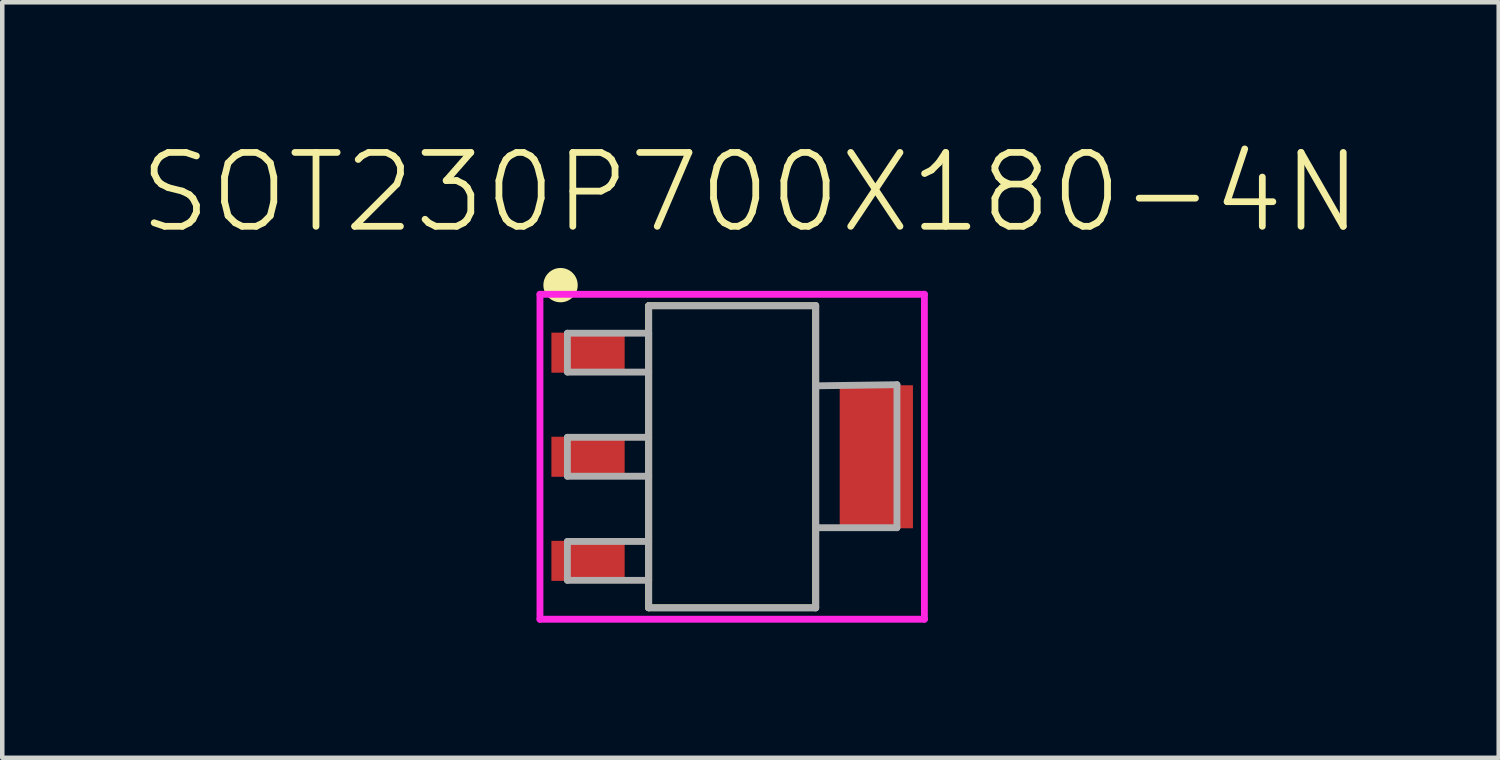
<source format=kicad_pcb>
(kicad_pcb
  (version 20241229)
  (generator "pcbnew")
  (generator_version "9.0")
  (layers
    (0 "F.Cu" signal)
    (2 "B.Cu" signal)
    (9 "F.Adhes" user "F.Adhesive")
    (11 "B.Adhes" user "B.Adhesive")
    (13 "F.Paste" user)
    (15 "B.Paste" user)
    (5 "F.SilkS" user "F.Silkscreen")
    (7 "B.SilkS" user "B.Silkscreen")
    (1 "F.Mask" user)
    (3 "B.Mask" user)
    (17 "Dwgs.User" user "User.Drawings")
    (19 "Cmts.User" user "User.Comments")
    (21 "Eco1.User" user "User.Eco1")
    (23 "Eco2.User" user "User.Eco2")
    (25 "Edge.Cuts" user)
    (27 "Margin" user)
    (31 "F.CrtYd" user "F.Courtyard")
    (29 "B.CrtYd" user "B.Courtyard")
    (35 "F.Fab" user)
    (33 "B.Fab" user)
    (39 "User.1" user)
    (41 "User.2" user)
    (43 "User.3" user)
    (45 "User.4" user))
  (footprint "SOT230P700X180-4N"
    (layer "F.Cu")
    (at 13.204 7.09)
    (property "Reference" "SOT230P700X180-4N" (at 0.406 -5.867 0) (layer "F.SilkS") (effects (font (size 1.64 1.64) (thickness 0.15))))
    (attr smd)
    (fp_line (start -1.854 -3.353) (end -1.854 3.353) (stroke (width 0.152) (type solid)) (layer "F.SilkS"))
    (fp_line (start -1.854 3.353) (end 1.854 3.353) (stroke (width 0.152) (type solid)) (layer "F.SilkS"))
    (fp_line (start 1.854 -3.353) (end -1.854 -3.353) (stroke (width 0.152) (type solid)) (layer "F.SilkS"))
    (fp_line (start 1.854 3.353) (end 1.854 -3.353) (stroke (width 0.152) (type solid)) (layer "F.SilkS"))
    (fp_circle (center -3.81 -3.81) (end -3.429 -3.81) (stroke (width 0) (type solid)) (fill yes) (layer "F.SilkS"))
    (fp_line (start -4.267 -3.607) (end 4.267 -3.607) (stroke (width 0.152) (type solid)) (layer "F.CrtYd"))
    (fp_line (start -4.267 3.607) (end -4.267 -3.607) (stroke (width 0.152) (type solid)) (layer "F.CrtYd"))
    (fp_line (start 4.267 -3.607) (end 4.267 3.607) (stroke (width 0.152) (type solid)) (layer "F.CrtYd"))
    (fp_line (start 4.267 3.607) (end -4.267 3.607) (stroke (width 0.152) (type solid)) (layer "F.CrtYd"))
    (fp_line (start -3.658 -2.743) (end -3.658 -1.88) (stroke (width 0.152) (type solid)) (layer "F.Fab"))
    (fp_line (start -3.658 -1.88) (end -1.854 -1.88) (stroke (width 0.152) (type solid)) (layer "F.Fab"))
    (fp_line (start -3.658 -0.432) (end -3.658 0.432) (stroke (width 0.152) (type solid)) (layer "F.Fab"))
    (fp_line (start -3.658 0.432) (end -1.854 0.432) (stroke (width 0.152) (type solid)) (layer "F.Fab"))
    (fp_line (start -3.658 1.88) (end -3.658 2.743) (stroke (width 0.152) (type solid)) (layer "F.Fab"))
    (fp_line (start -3.658 2.743) (end -1.854 2.743) (stroke (width 0.152) (type solid)) (layer "F.Fab"))
    (fp_line (start -1.854 -3.353) (end -1.854 -2.743) (stroke (width 0.152) (type solid)) (layer "F.Fab"))
    (fp_line (start -1.854 -2.743) (end -3.658 -2.743) (stroke (width 0.152) (type solid)) (layer "F.Fab"))
    (fp_line (start -1.854 -2.743) (end -1.854 2.743) (stroke (width 0.152) (type solid)) (layer "F.Fab"))
    (fp_line (start -1.854 -1.88) (end -1.854 -2.743) (stroke (width 0.152) (type solid)) (layer "F.Fab"))
    (fp_line (start -1.854 -1.88) (end -1.854 -0.432) (stroke (width 0.152) (type solid)) (layer "F.Fab"))
    (fp_line (start -1.854 -0.432) (end -3.658 -0.432) (stroke (width 0.152) (type solid)) (layer "F.Fab"))
    (fp_line (start -1.854 0.432) (end -1.854 -0.432) (stroke (width 0.152) (type solid)) (layer "F.Fab"))
    (fp_line (start -1.854 0.432) (end -1.854 1.88) (stroke (width 0.152) (type solid)) (layer "F.Fab"))
    (fp_line (start -1.854 1.88) (end -3.658 1.88) (stroke (width 0.152) (type solid)) (layer "F.Fab"))
    (fp_line (start -1.854 2.743) (end -1.854 1.88) (stroke (width 0.152) (type solid)) (layer "F.Fab"))
    (fp_line (start -1.854 2.743) (end -1.854 3.353) (stroke (width 0.152) (type solid)) (layer "F.Fab"))
    (fp_line (start -1.854 3.353) (end 1.854 3.353) (stroke (width 0.152) (type solid)) (layer "F.Fab"))
    (fp_line (start 1.854 -3.353) (end -1.854 -3.353) (stroke (width 0.152) (type solid)) (layer "F.Fab"))
    (fp_line (start 1.854 -1.575) (end 1.854 -3.353) (stroke (width 0.152) (type solid)) (layer "F.Fab"))
    (fp_line (start 1.854 1.575) (end 1.854 -1.575) (stroke (width 0.152) (type solid)) (layer "F.Fab"))
    (fp_line (start 1.854 1.575) (end 3.658 1.575) (stroke (width 0.152) (type solid)) (layer "F.Fab"))
    (fp_line (start 1.854 3.353) (end 1.854 1.575) (stroke (width 0.152) (type solid)) (layer "F.Fab"))
    (fp_line (start 3.658 -1.6) (end 1.854 -1.575) (stroke (width 0.152) (type solid)) (layer "F.Fab"))
    (fp_line (start 3.658 1.575) (end 3.658 -1.6) (stroke (width 0.152) (type solid)) (layer "F.Fab"))
    (pad "1" smd rect (at -3.2 -2.311) (size 1.626 0.889) (layers "F.Cu" "F.Mask" "F.Paste"))
    (pad "2" smd rect (at -3.2 0) (size 1.626 0.889) (layers "F.Cu" "F.Mask" "F.Paste"))
    (pad "3" smd rect (at -3.2 2.311) (size 1.626 0.889) (layers "F.Cu" "F.Mask" "F.Paste"))
    (pad "4" smd rect (at 3.2 0) (size 1.626 3.175) (layers "F.Cu" "F.Mask" "F.Paste")))
  (gr_rect
    (start -3 -3)
    (end 30.221 13.773)
    (stroke (width 0.1) (type default))
    (fill no)
    (layer "Edge.Cuts")))
</source>
